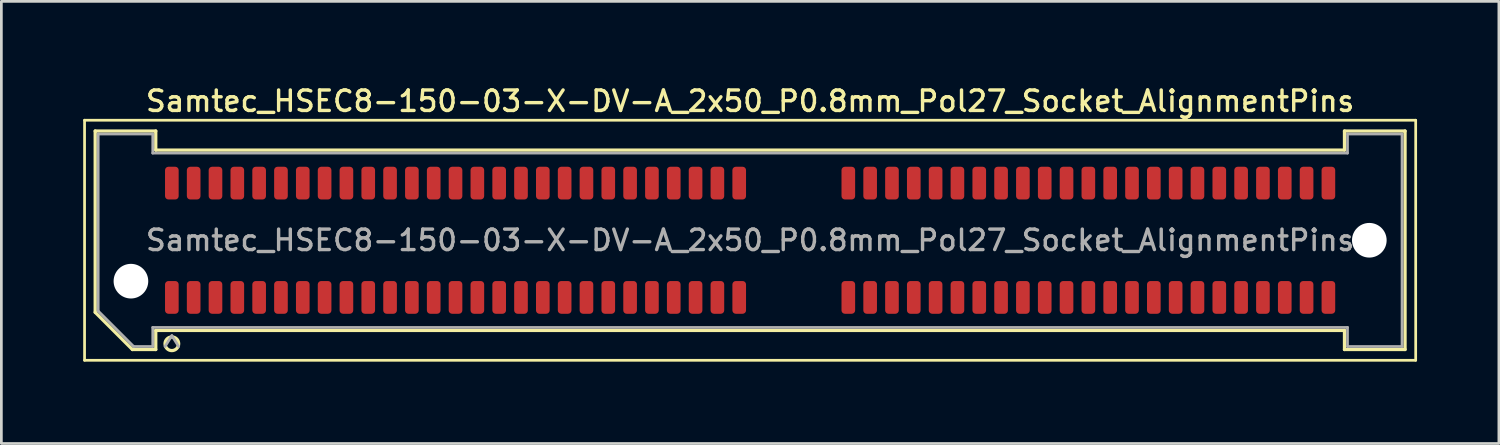
<source format=kicad_pcb>
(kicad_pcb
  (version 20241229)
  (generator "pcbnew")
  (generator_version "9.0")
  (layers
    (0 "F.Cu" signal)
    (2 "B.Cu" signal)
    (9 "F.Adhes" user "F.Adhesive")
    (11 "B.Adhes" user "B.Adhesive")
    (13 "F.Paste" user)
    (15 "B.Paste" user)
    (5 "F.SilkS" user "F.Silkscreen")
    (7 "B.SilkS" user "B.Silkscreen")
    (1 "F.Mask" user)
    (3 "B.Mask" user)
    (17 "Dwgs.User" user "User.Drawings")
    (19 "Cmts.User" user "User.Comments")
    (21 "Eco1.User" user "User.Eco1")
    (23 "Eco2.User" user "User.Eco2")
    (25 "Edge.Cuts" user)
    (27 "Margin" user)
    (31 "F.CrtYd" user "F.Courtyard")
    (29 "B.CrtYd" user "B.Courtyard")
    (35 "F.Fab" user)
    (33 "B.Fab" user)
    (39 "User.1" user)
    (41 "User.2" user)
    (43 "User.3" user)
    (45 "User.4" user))
  (footprint "Samtec_HSEC8-150-03-X-DV-A_2x50_P0.8mm_Pol27_Socket_AlignmentPins"
    (layer "F.Cu")
    (at 24.45 5.758)
    (property "Reference" "Samtec_HSEC8-150-03-X-DV-A_2x50_P0.8mm_Pol27_Socket_AlignmentPins" (at 0 -5.1 0) (layer "F.SilkS") (effects (font (size 0.75 0.75) (thickness 0.125))))
    (attr smd)
    (fp_line (start -24.4 -4.4) (end -24.4 4.4) (stroke (width 0.1) (type solid)) (layer "F.SilkS"))
    (fp_line (start -24.4 4.4) (end 24.4 4.4) (stroke (width 0.1) (type solid)) (layer "F.SilkS"))
    (fp_line (start -24.01 -4.005) (end -21.79 -4.005) (stroke (width 0.12) (type solid)) (layer "F.SilkS"))
    (fp_line (start -24.01 2.641) (end -24.01 -4.005) (stroke (width 0.12) (type solid)) (layer "F.SilkS"))
    (fp_line (start -22.646 4.005) (end -24.01 2.641) (stroke (width 0.12) (type solid)) (layer "F.SilkS"))
    (fp_line (start -21.79 -4.005) (end -21.79 -3.305) (stroke (width 0.12) (type solid)) (layer "F.SilkS"))
    (fp_line (start -21.79 -3.305) (end 21.79 -3.305) (stroke (width 0.12) (type solid)) (layer "F.SilkS"))
    (fp_line (start -21.79 3.305) (end -21.79 4.005) (stroke (width 0.12) (type solid)) (layer "F.SilkS"))
    (fp_line (start -21.79 4.005) (end -22.646 4.005) (stroke (width 0.12) (type solid)) (layer "F.SilkS"))
    (fp_line (start 21.79 -4.005) (end 24.01 -4.005) (stroke (width 0.12) (type solid)) (layer "F.SilkS"))
    (fp_line (start 21.79 -3.305) (end 21.79 -4.005) (stroke (width 0.12) (type solid)) (layer "F.SilkS"))
    (fp_line (start 21.79 3.305) (end -21.79 3.305) (stroke (width 0.12) (type solid)) (layer "F.SilkS"))
    (fp_line (start 21.79 4.005) (end 21.79 3.305) (stroke (width 0.12) (type solid)) (layer "F.SilkS"))
    (fp_line (start 24.01 -4.005) (end 24.01 4.005) (stroke (width 0.12) (type solid)) (layer "F.SilkS"))
    (fp_line (start 24.01 4.005) (end 21.79 4.005) (stroke (width 0.12) (type solid)) (layer "F.SilkS"))
    (fp_line (start 24.4 -4.4) (end -24.4 -4.4) (stroke (width 0.1) (type solid)) (layer "F.SilkS"))
    (fp_line (start 24.4 4.4) (end 24.4 -4.4) (stroke (width 0.1) (type solid)) (layer "F.SilkS"))
    (fp_arc (start -20.95 3.795) (mid -21.45 3.795) (end -20.95 3.795) (stroke (width 0.12) (type solid)) (layer "F.SilkS"))
    (fp_line (start -23.9 -3.895) (end -21.9 -3.895) (stroke (width 0.1) (type solid)) (layer "F.Fab"))
    (fp_line (start -23.9 2.595) (end -23.9 -3.895) (stroke (width 0.1) (type solid)) (layer "F.Fab"))
    (fp_line (start -22.6 3.895) (end -23.9 2.595) (stroke (width 0.1) (type solid)) (layer "F.Fab"))
    (fp_line (start -21.9 -3.895) (end -21.9 -3.195) (stroke (width 0.1) (type solid)) (layer "F.Fab"))
    (fp_line (start -21.9 -3.195) (end 21.9 -3.195) (stroke (width 0.1) (type solid)) (layer "F.Fab"))
    (fp_line (start -21.9 3.195) (end -21.9 3.895) (stroke (width 0.1) (type solid)) (layer "F.Fab"))
    (fp_line (start -21.9 3.895) (end -22.6 3.895) (stroke (width 0.1) (type solid)) (layer "F.Fab"))
    (fp_line (start -21.2 3.495) (end -21.45 3.895) (stroke (width 0.1) (type solid)) (layer "F.Fab"))
    (fp_line (start -21.2 3.495) (end -20.95 3.895) (stroke (width 0.1) (type solid)) (layer "F.Fab"))
    (fp_line (start 21.9 -3.895) (end 23.9 -3.895) (stroke (width 0.1) (type solid)) (layer "F.Fab"))
    (fp_line (start 21.9 -3.195) (end 21.9 -3.895) (stroke (width 0.1) (type solid)) (layer "F.Fab"))
    (fp_line (start 21.9 3.195) (end -21.9 3.195) (stroke (width 0.1) (type solid)) (layer "F.Fab"))
    (fp_line (start 21.9 3.895) (end 21.9 3.195) (stroke (width 0.1) (type solid)) (layer "F.Fab"))
    (fp_line (start 23.9 -3.895) (end 23.9 3.895) (stroke (width 0.1) (type solid)) (layer "F.Fab"))
    (fp_line (start 23.9 3.895) (end 21.9 3.895) (stroke (width 0.1) (type solid)) (layer "F.Fab"))
    (fp_text user "${REFERENCE}" (at 0 0 0) (layer "F.Fab") (effects (font (size 0.75 0.75) (thickness 0.125))))
    (pad "" np_thru_hole circle (at -22.7 1.5) (size 1.27 1.27) (drill 1.27) (layers "*.Cu" "*.Mask"))
    (pad "" np_thru_hole circle (at 22.7 0) (size 1.27 1.27) (drill 1.27) (layers "*.Cu" "*.Mask"))
    (pad "1" smd roundrect (at -21.2 2.095) (size 0.5 1.2) (layers "F.Cu" "F.Mask" "F.Paste") (roundrect_rratio 0.25))
    (pad "2" smd roundrect (at -21.2 -2.095) (size 0.5 1.2) (layers "F.Cu" "F.Mask" "F.Paste") (roundrect_rratio 0.25))
    (pad "3" smd roundrect (at -20.4 2.095) (size 0.5 1.2) (layers "F.Cu" "F.Mask" "F.Paste") (roundrect_rratio 0.25))
    (pad "4" smd roundrect (at -20.4 -2.095) (size 0.5 1.2) (layers "F.Cu" "F.Mask" "F.Paste") (roundrect_rratio 0.25))
    (pad "5" smd roundrect (at -19.6 2.095) (size 0.5 1.2) (layers "F.Cu" "F.Mask" "F.Paste") (roundrect_rratio 0.25))
    (pad "6" smd roundrect (at -19.6 -2.095) (size 0.5 1.2) (layers "F.Cu" "F.Mask" "F.Paste") (roundrect_rratio 0.25))
    (pad "7" smd roundrect (at -18.8 2.095) (size 0.5 1.2) (layers "F.Cu" "F.Mask" "F.Paste") (roundrect_rratio 0.25))
    (pad "8" smd roundrect (at -18.8 -2.095) (size 0.5 1.2) (layers "F.Cu" "F.Mask" "F.Paste") (roundrect_rratio 0.25))
    (pad "9" smd roundrect (at -18 2.095) (size 0.5 1.2) (layers "F.Cu" "F.Mask" "F.Paste") (roundrect_rratio 0.25))
    (pad "10" smd roundrect (at -18 -2.095) (size 0.5 1.2) (layers "F.Cu" "F.Mask" "F.Paste") (roundrect_rratio 0.25))
    (pad "11" smd roundrect (at -17.2 2.095) (size 0.5 1.2) (layers "F.Cu" "F.Mask" "F.Paste") (roundrect_rratio 0.25))
    (pad "12" smd roundrect (at -17.2 -2.095) (size 0.5 1.2) (layers "F.Cu" "F.Mask" "F.Paste") (roundrect_rratio 0.25))
    (pad "13" smd roundrect (at -16.4 2.095) (size 0.5 1.2) (layers "F.Cu" "F.Mask" "F.Paste") (roundrect_rratio 0.25))
    (pad "14" smd roundrect (at -16.4 -2.095) (size 0.5 1.2) (layers "F.Cu" "F.Mask" "F.Paste") (roundrect_rratio 0.25))
    (pad "15" smd roundrect (at -15.6 2.095) (size 0.5 1.2) (layers "F.Cu" "F.Mask" "F.Paste") (roundrect_rratio 0.25))
    (pad "16" smd roundrect (at -15.6 -2.095) (size 0.5 1.2) (layers "F.Cu" "F.Mask" "F.Paste") (roundrect_rratio 0.25))
    (pad "17" smd roundrect (at -14.8 2.095) (size 0.5 1.2) (layers "F.Cu" "F.Mask" "F.Paste") (roundrect_rratio 0.25))
    (pad "18" smd roundrect (at -14.8 -2.095) (size 0.5 1.2) (layers "F.Cu" "F.Mask" "F.Paste") (roundrect_rratio 0.25))
    (pad "19" smd roundrect (at -14 2.095) (size 0.5 1.2) (layers "F.Cu" "F.Mask" "F.Paste") (roundrect_rratio 0.25))
    (pad "20" smd roundrect (at -14 -2.095) (size 0.5 1.2) (layers "F.Cu" "F.Mask" "F.Paste") (roundrect_rratio 0.25))
    (pad "21" smd roundrect (at -13.2 2.095) (size 0.5 1.2) (layers "F.Cu" "F.Mask" "F.Paste") (roundrect_rratio 0.25))
    (pad "22" smd roundrect (at -13.2 -2.095) (size 0.5 1.2) (layers "F.Cu" "F.Mask" "F.Paste") (roundrect_rratio 0.25))
    (pad "23" smd roundrect (at -12.4 2.095) (size 0.5 1.2) (layers "F.Cu" "F.Mask" "F.Paste") (roundrect_rratio 0.25))
    (pad "24" smd roundrect (at -12.4 -2.095) (size 0.5 1.2) (layers "F.Cu" "F.Mask" "F.Paste") (roundrect_rratio 0.25))
    (pad "25" smd roundrect (at -11.6 2.095) (size 0.5 1.2) (layers "F.Cu" "F.Mask" "F.Paste") (roundrect_rratio 0.25))
    (pad "26" smd roundrect (at -11.6 -2.095) (size 0.5 1.2) (layers "F.Cu" "F.Mask" "F.Paste") (roundrect_rratio 0.25))
    (pad "27" smd roundrect (at -10.8 2.095) (size 0.5 1.2) (layers "F.Cu" "F.Mask" "F.Paste") (roundrect_rratio 0.25))
    (pad "28" smd roundrect (at -10.8 -2.095) (size 0.5 1.2) (layers "F.Cu" "F.Mask" "F.Paste") (roundrect_rratio 0.25))
    (pad "29" smd roundrect (at -10 2.095) (size 0.5 1.2) (layers "F.Cu" "F.Mask" "F.Paste") (roundrect_rratio 0.25))
    (pad "30" smd roundrect (at -10 -2.095) (size 0.5 1.2) (layers "F.Cu" "F.Mask" "F.Paste") (roundrect_rratio 0.25))
    (pad "31" smd roundrect (at -9.2 2.095) (size 0.5 1.2) (layers "F.Cu" "F.Mask" "F.Paste") (roundrect_rratio 0.25))
    (pad "32" smd roundrect (at -9.2 -2.095) (size 0.5 1.2) (layers "F.Cu" "F.Mask" "F.Paste") (roundrect_rratio 0.25))
    (pad "33" smd roundrect (at -8.4 2.095) (size 0.5 1.2) (layers "F.Cu" "F.Mask" "F.Paste") (roundrect_rratio 0.25))
    (pad "34" smd roundrect (at -8.4 -2.095) (size 0.5 1.2) (layers "F.Cu" "F.Mask" "F.Paste") (roundrect_rratio 0.25))
    (pad "35" smd roundrect (at -7.6 2.095) (size 0.5 1.2) (layers "F.Cu" "F.Mask" "F.Paste") (roundrect_rratio 0.25))
    (pad "36" smd roundrect (at -7.6 -2.095) (size 0.5 1.2) (layers "F.Cu" "F.Mask" "F.Paste") (roundrect_rratio 0.25))
    (pad "37" smd roundrect (at -6.8 2.095) (size 0.5 1.2) (layers "F.Cu" "F.Mask" "F.Paste") (roundrect_rratio 0.25))
    (pad "38" smd roundrect (at -6.8 -2.095) (size 0.5 1.2) (layers "F.Cu" "F.Mask" "F.Paste") (roundrect_rratio 0.25))
    (pad "39" smd roundrect (at -6 2.095) (size 0.5 1.2) (layers "F.Cu" "F.Mask" "F.Paste") (roundrect_rratio 0.25))
    (pad "40" smd roundrect (at -6 -2.095) (size 0.5 1.2) (layers "F.Cu" "F.Mask" "F.Paste") (roundrect_rratio 0.25))
    (pad "41" smd roundrect (at -5.2 2.095) (size 0.5 1.2) (layers "F.Cu" "F.Mask" "F.Paste") (roundrect_rratio 0.25))
    (pad "42" smd roundrect (at -5.2 -2.095) (size 0.5 1.2) (layers "F.Cu" "F.Mask" "F.Paste") (roundrect_rratio 0.25))
    (pad "43" smd roundrect (at -4.4 2.095) (size 0.5 1.2) (layers "F.Cu" "F.Mask" "F.Paste") (roundrect_rratio 0.25))
    (pad "44" smd roundrect (at -4.4 -2.095) (size 0.5 1.2) (layers "F.Cu" "F.Mask" "F.Paste") (roundrect_rratio 0.25))
    (pad "45" smd roundrect (at -3.6 2.095) (size 0.5 1.2) (layers "F.Cu" "F.Mask" "F.Paste") (roundrect_rratio 0.25))
    (pad "46" smd roundrect (at -3.6 -2.095) (size 0.5 1.2) (layers "F.Cu" "F.Mask" "F.Paste") (roundrect_rratio 0.25))
    (pad "47" smd roundrect (at -2.8 2.095) (size 0.5 1.2) (layers "F.Cu" "F.Mask" "F.Paste") (roundrect_rratio 0.25))
    (pad "48" smd roundrect (at -2.8 -2.095) (size 0.5 1.2) (layers "F.Cu" "F.Mask" "F.Paste") (roundrect_rratio 0.25))
    (pad "49" smd roundrect (at -2 2.095) (size 0.5 1.2) (layers "F.Cu" "F.Mask" "F.Paste") (roundrect_rratio 0.25))
    (pad "50" smd roundrect (at -2 -2.095) (size 0.5 1.2) (layers "F.Cu" "F.Mask" "F.Paste") (roundrect_rratio 0.25))
    (pad "51" smd roundrect (at -1.2 2.095) (size 0.5 1.2) (layers "F.Cu" "F.Mask" "F.Paste") (roundrect_rratio 0.25))
    (pad "52" smd roundrect (at -1.2 -2.095) (size 0.5 1.2) (layers "F.Cu" "F.Mask" "F.Paste") (roundrect_rratio 0.25))
    (pad "53" smd roundrect (at -0.4 2.095) (size 0.5 1.2) (layers "F.Cu" "F.Mask" "F.Paste") (roundrect_rratio 0.25))
    (pad "54" smd roundrect (at -0.4 -2.095) (size 0.5 1.2) (layers "F.Cu" "F.Mask" "F.Paste") (roundrect_rratio 0.25))
    (pad "55" smd roundrect (at 3.6 2.095) (size 0.5 1.2) (layers "F.Cu" "F.Mask" "F.Paste") (roundrect_rratio 0.25))
    (pad "56" smd roundrect (at 3.6 -2.095) (size 0.5 1.2) (layers "F.Cu" "F.Mask" "F.Paste") (roundrect_rratio 0.25))
    (pad "57" smd roundrect (at 4.4 2.095) (size 0.5 1.2) (layers "F.Cu" "F.Mask" "F.Paste") (roundrect_rratio 0.25))
    (pad "58" smd roundrect (at 4.4 -2.095) (size 0.5 1.2) (layers "F.Cu" "F.Mask" "F.Paste") (roundrect_rratio 0.25))
    (pad "59" smd roundrect (at 5.2 2.095) (size 0.5 1.2) (layers "F.Cu" "F.Mask" "F.Paste") (roundrect_rratio 0.25))
    (pad "60" smd roundrect (at 5.2 -2.095) (size 0.5 1.2) (layers "F.Cu" "F.Mask" "F.Paste") (roundrect_rratio 0.25))
    (pad "61" smd roundrect (at 6 2.095) (size 0.5 1.2) (layers "F.Cu" "F.Mask" "F.Paste") (roundrect_rratio 0.25))
    (pad "62" smd roundrect (at 6 -2.095) (size 0.5 1.2) (layers "F.Cu" "F.Mask" "F.Paste") (roundrect_rratio 0.25))
    (pad "63" smd roundrect (at 6.8 2.095) (size 0.5 1.2) (layers "F.Cu" "F.Mask" "F.Paste") (roundrect_rratio 0.25))
    (pad "64" smd roundrect (at 6.8 -2.095) (size 0.5 1.2) (layers "F.Cu" "F.Mask" "F.Paste") (roundrect_rratio 0.25))
    (pad "65" smd roundrect (at 7.6 2.095) (size 0.5 1.2) (layers "F.Cu" "F.Mask" "F.Paste") (roundrect_rratio 0.25))
    (pad "66" smd roundrect (at 7.6 -2.095) (size 0.5 1.2) (layers "F.Cu" "F.Mask" "F.Paste") (roundrect_rratio 0.25))
    (pad "67" smd roundrect (at 8.4 2.095) (size 0.5 1.2) (layers "F.Cu" "F.Mask" "F.Paste") (roundrect_rratio 0.25))
    (pad "68" smd roundrect (at 8.4 -2.095) (size 0.5 1.2) (layers "F.Cu" "F.Mask" "F.Paste") (roundrect_rratio 0.25))
    (pad "69" smd roundrect (at 9.2 2.095) (size 0.5 1.2) (layers "F.Cu" "F.Mask" "F.Paste") (roundrect_rratio 0.25))
    (pad "70" smd roundrect (at 9.2 -2.095) (size 0.5 1.2) (layers "F.Cu" "F.Mask" "F.Paste") (roundrect_rratio 0.25))
    (pad "71" smd roundrect (at 10 2.095) (size 0.5 1.2) (layers "F.Cu" "F.Mask" "F.Paste") (roundrect_rratio 0.25))
    (pad "72" smd roundrect (at 10 -2.095) (size 0.5 1.2) (layers "F.Cu" "F.Mask" "F.Paste") (roundrect_rratio 0.25))
    (pad "73" smd roundrect (at 10.8 2.095) (size 0.5 1.2) (layers "F.Cu" "F.Mask" "F.Paste") (roundrect_rratio 0.25))
    (pad "74" smd roundrect (at 10.8 -2.095) (size 0.5 1.2) (layers "F.Cu" "F.Mask" "F.Paste") (roundrect_rratio 0.25))
    (pad "75" smd roundrect (at 11.6 2.095) (size 0.5 1.2) (layers "F.Cu" "F.Mask" "F.Paste") (roundrect_rratio 0.25))
    (pad "76" smd roundrect (at 11.6 -2.095) (size 0.5 1.2) (layers "F.Cu" "F.Mask" "F.Paste") (roundrect_rratio 0.25))
    (pad "77" smd roundrect (at 12.4 2.095) (size 0.5 1.2) (layers "F.Cu" "F.Mask" "F.Paste") (roundrect_rratio 0.25))
    (pad "78" smd roundrect (at 12.4 -2.095) (size 0.5 1.2) (layers "F.Cu" "F.Mask" "F.Paste") (roundrect_rratio 0.25))
    (pad "79" smd roundrect (at 13.2 2.095) (size 0.5 1.2) (layers "F.Cu" "F.Mask" "F.Paste") (roundrect_rratio 0.25))
    (pad "80" smd roundrect (at 13.2 -2.095) (size 0.5 1.2) (layers "F.Cu" "F.Mask" "F.Paste") (roundrect_rratio 0.25))
    (pad "81" smd roundrect (at 14 2.095) (size 0.5 1.2) (layers "F.Cu" "F.Mask" "F.Paste") (roundrect_rratio 0.25))
    (pad "82" smd roundrect (at 14 -2.095) (size 0.5 1.2) (layers "F.Cu" "F.Mask" "F.Paste") (roundrect_rratio 0.25))
    (pad "83" smd roundrect (at 14.8 2.095) (size 0.5 1.2) (layers "F.Cu" "F.Mask" "F.Paste") (roundrect_rratio 0.25))
    (pad "84" smd roundrect (at 14.8 -2.095) (size 0.5 1.2) (layers "F.Cu" "F.Mask" "F.Paste") (roundrect_rratio 0.25))
    (pad "85" smd roundrect (at 15.6 2.095) (size 0.5 1.2) (layers "F.Cu" "F.Mask" "F.Paste") (roundrect_rratio 0.25))
    (pad "86" smd roundrect (at 15.6 -2.095) (size 0.5 1.2) (layers "F.Cu" "F.Mask" "F.Paste") (roundrect_rratio 0.25))
    (pad "87" smd roundrect (at 16.4 2.095) (size 0.5 1.2) (layers "F.Cu" "F.Mask" "F.Paste") (roundrect_rratio 0.25))
    (pad "88" smd roundrect (at 16.4 -2.095) (size 0.5 1.2) (layers "F.Cu" "F.Mask" "F.Paste") (roundrect_rratio 0.25))
    (pad "89" smd roundrect (at 17.2 2.095) (size 0.5 1.2) (layers "F.Cu" "F.Mask" "F.Paste") (roundrect_rratio 0.25))
    (pad "90" smd roundrect (at 17.2 -2.095) (size 0.5 1.2) (layers "F.Cu" "F.Mask" "F.Paste") (roundrect_rratio 0.25))
    (pad "91" smd roundrect (at 18 2.095) (size 0.5 1.2) (layers "F.Cu" "F.Mask" "F.Paste") (roundrect_rratio 0.25))
    (pad "92" smd roundrect (at 18 -2.095) (size 0.5 1.2) (layers "F.Cu" "F.Mask" "F.Paste") (roundrect_rratio 0.25))
    (pad "93" smd roundrect (at 18.8 2.095) (size 0.5 1.2) (layers "F.Cu" "F.Mask" "F.Paste") (roundrect_rratio 0.25))
    (pad "94" smd roundrect (at 18.8 -2.095) (size 0.5 1.2) (layers "F.Cu" "F.Mask" "F.Paste") (roundrect_rratio 0.25))
    (pad "95" smd roundrect (at 19.6 2.095) (size 0.5 1.2) (layers "F.Cu" "F.Mask" "F.Paste") (roundrect_rratio 0.25))
    (pad "96" smd roundrect (at 19.6 -2.095) (size 0.5 1.2) (layers "F.Cu" "F.Mask" "F.Paste") (roundrect_rratio 0.25))
    (pad "97" smd roundrect (at 20.4 2.095) (size 0.5 1.2) (layers "F.Cu" "F.Mask" "F.Paste") (roundrect_rratio 0.25))
    (pad "98" smd roundrect (at 20.4 -2.095) (size 0.5 1.2) (layers "F.Cu" "F.Mask" "F.Paste") (roundrect_rratio 0.25))
    (pad "99" smd roundrect (at 21.2 2.095) (size 0.5 1.2) (layers "F.Cu" "F.Mask" "F.Paste") (roundrect_rratio 0.25))
    (pad "100" smd roundrect (at 21.2 -2.095) (size 0.5 1.2) (layers "F.Cu" "F.Mask" "F.Paste") (roundrect_rratio 0.25)))
  (gr_rect
    (start -3 -3)
    (end 51.9 13.208)
    (stroke (width 0.1) (type default))
    (fill no)
    (layer "Edge.Cuts")))
</source>
